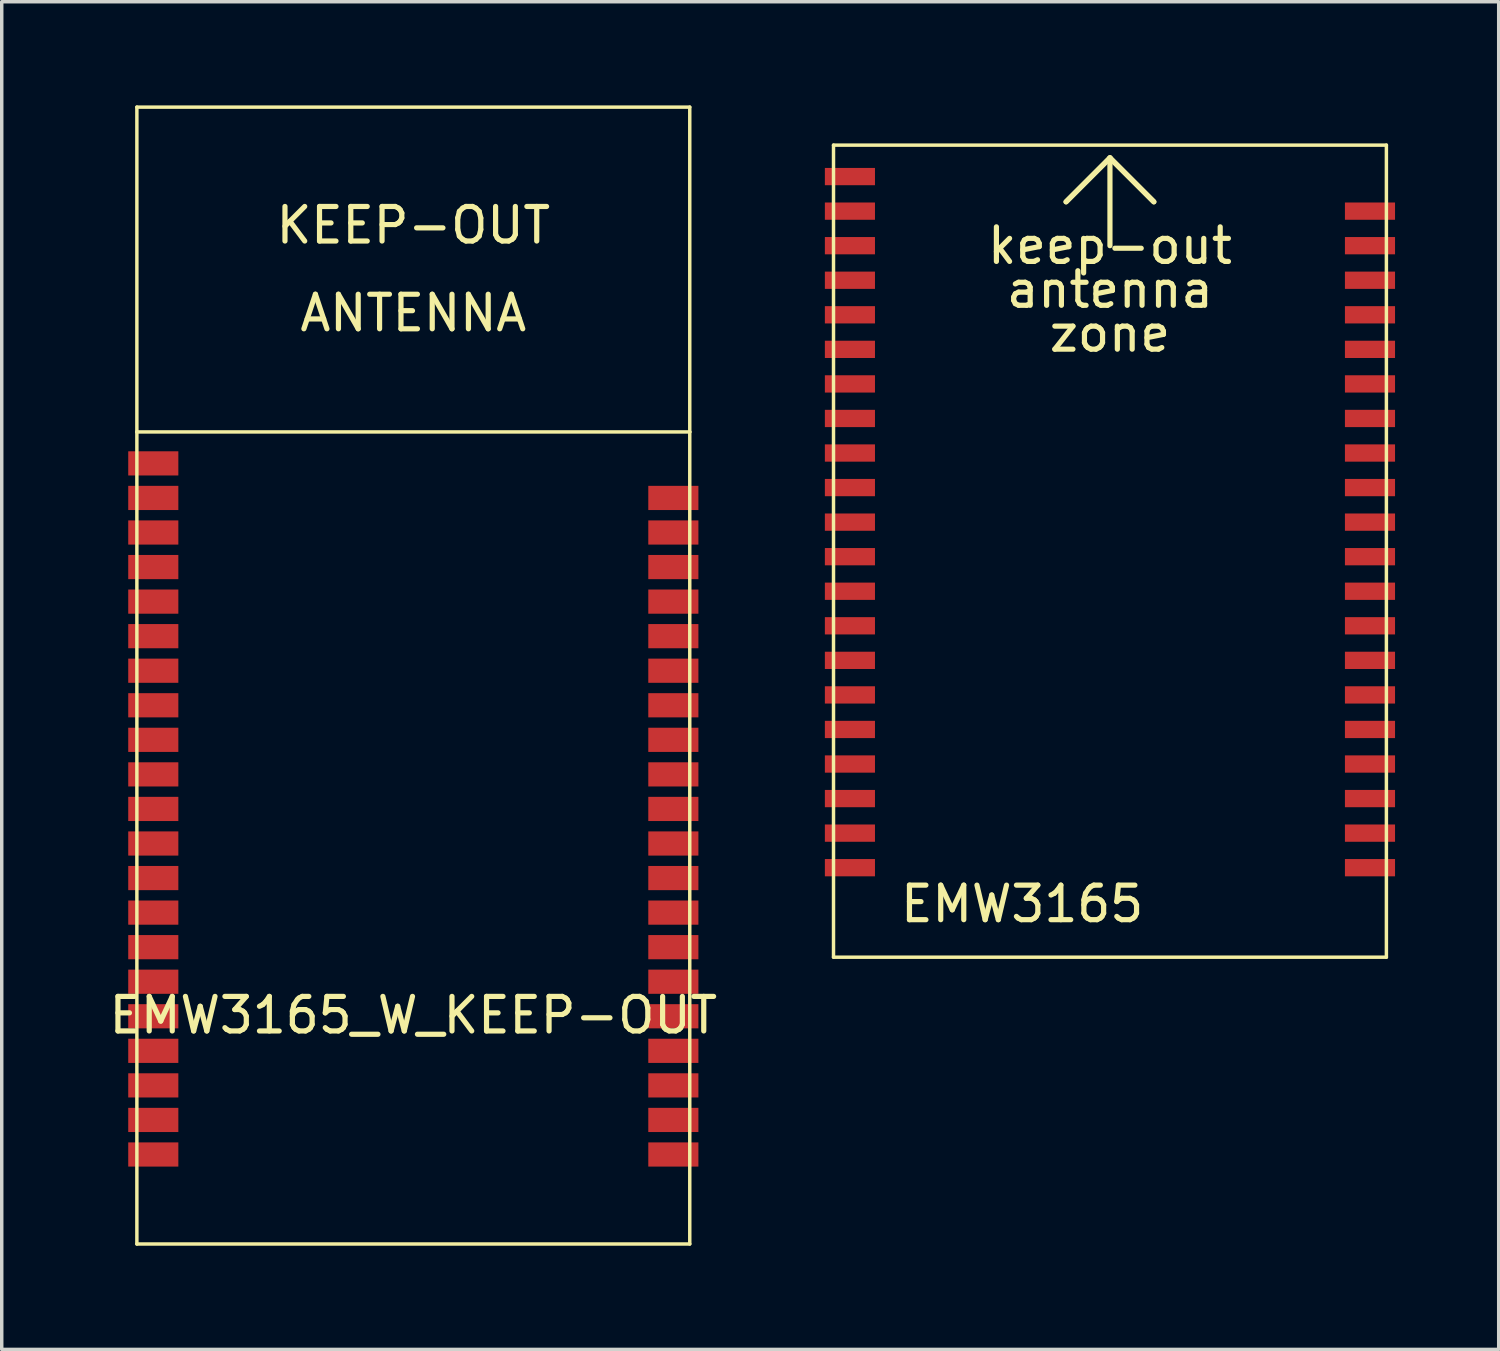
<source format=kicad_pcb>
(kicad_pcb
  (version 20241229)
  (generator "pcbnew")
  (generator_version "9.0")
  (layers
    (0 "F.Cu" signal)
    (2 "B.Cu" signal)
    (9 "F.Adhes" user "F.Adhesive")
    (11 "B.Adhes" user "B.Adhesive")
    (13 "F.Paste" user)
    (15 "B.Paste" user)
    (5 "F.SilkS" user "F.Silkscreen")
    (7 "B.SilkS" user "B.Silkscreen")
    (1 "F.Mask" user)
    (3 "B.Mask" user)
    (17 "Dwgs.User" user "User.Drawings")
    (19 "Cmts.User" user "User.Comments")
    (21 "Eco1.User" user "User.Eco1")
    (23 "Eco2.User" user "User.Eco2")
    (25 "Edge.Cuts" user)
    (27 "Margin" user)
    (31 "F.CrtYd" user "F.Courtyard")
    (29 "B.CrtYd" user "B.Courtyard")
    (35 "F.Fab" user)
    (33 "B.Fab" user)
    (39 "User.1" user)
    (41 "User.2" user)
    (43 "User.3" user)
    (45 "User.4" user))
  (footprint "EMW3165"
    (layer "F.Cu")
    (at 29.071 0.25)
    (property "Reference" "EMW3165" (at -2.54 22.86 0) (layer "F.SilkS") (effects (font (size 1 1) (thickness 0.15))))
    (attr through_hole)
    (fp_line (start -8 0.9) (end 8 0.9) (stroke (width 0.1) (type solid)) (layer "F.SilkS"))
    (fp_line (start -8 24.4) (end -8 0.9) (stroke (width 0.1) (type solid)) (layer "F.SilkS"))
    (fp_line (start -1.27 2.54) (end 0 1.27) (stroke (width 0.15) (type solid)) (layer "F.SilkS"))
    (fp_line (start 0 1.27) (end -1.27 2.54) (stroke (width 0.15) (type solid)) (layer "F.SilkS"))
    (fp_line (start 0 1.27) (end 0 3.81) (stroke (width 0.15) (type solid)) (layer "F.SilkS"))
    (fp_line (start 0 1.27) (end 1.27 2.54) (stroke (width 0.15) (type solid)) (layer "F.SilkS"))
    (fp_line (start 1.27 2.54) (end 0 1.27) (stroke (width 0.15) (type solid)) (layer "F.SilkS"))
    (fp_line (start 8 0.9) (end 8 24.4) (stroke (width 0.1) (type solid)) (layer "F.SilkS"))
    (fp_line (start 8 24.4) (end -8 24.4) (stroke (width 0.1) (type solid)) (layer "F.SilkS"))
    (fp_text user "antenna" (at 0 5.08 0) (layer "F.SilkS") (effects (font (size 1 1) (thickness 0.15))))
    (fp_text user "zone" (at 0 6.35 0) (layer "F.SilkS") (effects (font (size 1 1) (thickness 0.15))))
    (fp_text user "keep-out" (at 0 3.81 0) (layer "F.SilkS") (effects (font (size 1 1) (thickness 0.15))))
    (pad "1" smd rect (at 7.525 21.81) (size 1.45 0.5) (layers "F.Cu" "F.Mask" "F.Paste"))
    (pad "2" smd rect (at 7.525 20.81) (size 1.45 0.5) (layers "F.Cu" "F.Mask" "F.Paste"))
    (pad "3" smd rect (at 7.525 19.81) (size 1.45 0.5) (layers "F.Cu" "F.Mask" "F.Paste"))
    (pad "4" smd rect (at 7.525 18.81) (size 1.45 0.5) (layers "F.Cu" "F.Mask" "F.Paste"))
    (pad "5" smd rect (at 7.525 17.81) (size 1.45 0.5) (layers "F.Cu" "F.Mask" "F.Paste"))
    (pad "6" smd rect (at 7.525 16.81) (size 1.45 0.5) (layers "F.Cu" "F.Mask" "F.Paste"))
    (pad "7" smd rect (at 7.525 15.81) (size 1.45 0.5) (layers "F.Cu" "F.Mask" "F.Paste"))
    (pad "8" smd rect (at 7.525 14.81) (size 1.45 0.5) (layers "F.Cu" "F.Mask" "F.Paste"))
    (pad "9" smd rect (at 7.525 13.81) (size 1.45 0.5) (layers "F.Cu" "F.Mask" "F.Paste"))
    (pad "10" smd rect (at 7.525 12.81) (size 1.45 0.5) (layers "F.Cu" "F.Mask" "F.Paste"))
    (pad "11" smd rect (at 7.525 11.81) (size 1.45 0.5) (layers "F.Cu" "F.Mask" "F.Paste"))
    (pad "12" smd rect (at 7.525 10.81) (size 1.45 0.5) (layers "F.Cu" "F.Mask" "F.Paste"))
    (pad "13" smd rect (at 7.525 9.81) (size 1.45 0.5) (layers "F.Cu" "F.Mask" "F.Paste"))
    (pad "14" smd rect (at 7.525 8.81) (size 1.45 0.5) (layers "F.Cu" "F.Mask" "F.Paste"))
    (pad "15" smd rect (at 7.525 7.81) (size 1.45 0.5) (layers "F.Cu" "F.Mask" "F.Paste"))
    (pad "16" smd rect (at 7.525 6.81) (size 1.45 0.5) (layers "F.Cu" "F.Mask" "F.Paste"))
    (pad "17" smd rect (at 7.525 5.81) (size 1.45 0.5) (layers "F.Cu" "F.Mask" "F.Paste"))
    (pad "18" smd rect (at 7.525 4.81) (size 1.45 0.5) (layers "F.Cu" "F.Mask" "F.Paste"))
    (pad "19" smd rect (at 7.525 3.81) (size 1.45 0.5) (layers "F.Cu" "F.Mask" "F.Paste"))
    (pad "20" smd rect (at 7.525 2.81) (size 1.45 0.5) (layers "F.Cu" "F.Mask" "F.Paste"))
    (pad "21" smd rect (at -7.525 2.81) (size 1.45 0.5) (layers "F.Cu" "F.Mask" "F.Paste"))
    (pad "22" smd rect (at -7.525 3.81) (size 1.45 0.5) (layers "F.Cu" "F.Mask" "F.Paste"))
    (pad "23" smd rect (at -7.525 4.81) (size 1.45 0.5) (layers "F.Cu" "F.Mask" "F.Paste"))
    (pad "24" smd rect (at -7.525 5.81) (size 1.45 0.5) (layers "F.Cu" "F.Mask" "F.Paste"))
    (pad "25" smd rect (at -7.525 6.81) (size 1.45 0.5) (layers "F.Cu" "F.Mask" "F.Paste"))
    (pad "26" smd rect (at -7.525 7.81) (size 1.45 0.5) (layers "F.Cu" "F.Mask" "F.Paste"))
    (pad "27" smd rect (at -7.525 8.81) (size 1.45 0.5) (layers "F.Cu" "F.Mask" "F.Paste"))
    (pad "28" smd rect (at -7.525 9.81) (size 1.45 0.5) (layers "F.Cu" "F.Mask" "F.Paste"))
    (pad "29" smd rect (at -7.525 10.81) (size 1.45 0.5) (layers "F.Cu" "F.Mask" "F.Paste"))
    (pad "30" smd rect (at -7.525 11.81) (size 1.45 0.5) (layers "F.Cu" "F.Mask" "F.Paste"))
    (pad "31" smd rect (at -7.525 12.81) (size 1.45 0.5) (layers "F.Cu" "F.Mask" "F.Paste"))
    (pad "32" smd rect (at -7.525 13.81) (size 1.45 0.5) (layers "F.Cu" "F.Mask" "F.Paste"))
    (pad "33" smd rect (at -7.525 14.81) (size 1.45 0.5) (layers "F.Cu" "F.Mask" "F.Paste"))
    (pad "34" smd rect (at -7.525 15.81) (size 1.45 0.5) (layers "F.Cu" "F.Mask" "F.Paste"))
    (pad "35" smd rect (at -7.525 16.81) (size 1.45 0.5) (layers "F.Cu" "F.Mask" "F.Paste"))
    (pad "36" smd rect (at -7.525 17.81) (size 1.45 0.5) (layers "F.Cu" "F.Mask" "F.Paste"))
    (pad "37" smd rect (at -7.525 18.81) (size 1.45 0.5) (layers "F.Cu" "F.Mask" "F.Paste"))
    (pad "38" smd rect (at -7.525 19.81) (size 1.45 0.5) (layers "F.Cu" "F.Mask" "F.Paste"))
    (pad "39" smd rect (at -7.525 20.81) (size 1.45 0.5) (layers "F.Cu" "F.Mask" "F.Paste"))
    (pad "40" smd rect (at -7.525 21.81) (size 1.45 0.5) (layers "F.Cu" "F.Mask" "F.Paste"))
    (pad "41" smd rect (at -7.525 1.81) (size 1.45 0.5) (layers "F.Cu" "F.Mask" "F.Paste")))
  (footprint "EMW3165_W_KEEP-OUT"
    (layer "F.Cu")
    (at 8.911 8.55)
    (property "Reference" "EMW3165_W_KEEP-OUT" (at 0 17.78 0) (layer "F.SilkS") (effects (font (size 1 1) (thickness 0.15))))
    (attr through_hole)
    (fp_line (start -8 -8.5) (end -8 0.9) (stroke (width 0.1) (type solid)) (layer "F.SilkS"))
    (fp_line (start -8 0.9) (end 8 0.9) (stroke (width 0.1) (type solid)) (layer "F.SilkS"))
    (fp_line (start -8 24.4) (end -8 0.9) (stroke (width 0.1) (type solid)) (layer "F.SilkS"))
    (fp_line (start 8 -8.5) (end -8 -8.5) (stroke (width 0.1) (type solid)) (layer "F.SilkS"))
    (fp_line (start 8 0.9) (end 8 -8.5) (stroke (width 0.1) (type solid)) (layer "F.SilkS"))
    (fp_line (start 8 0.9) (end 8 24.4) (stroke (width 0.1) (type solid)) (layer "F.SilkS"))
    (fp_line (start 8 24.4) (end -8 24.4) (stroke (width 0.1) (type solid)) (layer "F.SilkS"))
    (fp_text user "ANTENNA" (at 0 -2.54 0) (layer "F.SilkS") (effects (font (size 1 1) (thickness 0.15))))
    (fp_text user "KEEP-OUT" (at 0 -5.08 0) (layer "F.SilkS") (effects (font (size 1 1) (thickness 0.15))))
    (pad "1" smd rect (at 7.525 21.81) (size 1.45 0.7) (layers "F.Cu" "F.Mask" "F.Paste"))
    (pad "2" smd rect (at 7.525 20.81) (size 1.45 0.7) (layers "F.Cu" "F.Mask" "F.Paste"))
    (pad "3" smd rect (at 7.525 19.81) (size 1.45 0.7) (layers "F.Cu" "F.Mask" "F.Paste"))
    (pad "4" smd rect (at 7.525 18.81) (size 1.45 0.7) (layers "F.Cu" "F.Mask" "F.Paste"))
    (pad "5" smd rect (at 7.525 17.81) (size 1.45 0.7) (layers "F.Cu" "F.Mask" "F.Paste"))
    (pad "6" smd rect (at 7.525 16.81) (size 1.45 0.7) (layers "F.Cu" "F.Mask" "F.Paste"))
    (pad "7" smd rect (at 7.525 15.81) (size 1.45 0.7) (layers "F.Cu" "F.Mask" "F.Paste"))
    (pad "8" smd rect (at 7.525 14.81) (size 1.45 0.7) (layers "F.Cu" "F.Mask" "F.Paste"))
    (pad "9" smd rect (at 7.525 13.81) (size 1.45 0.7) (layers "F.Cu" "F.Mask" "F.Paste"))
    (pad "10" smd rect (at 7.525 12.81) (size 1.45 0.7) (layers "F.Cu" "F.Mask" "F.Paste"))
    (pad "11" smd rect (at 7.525 11.81) (size 1.45 0.7) (layers "F.Cu" "F.Mask" "F.Paste"))
    (pad "12" smd rect (at 7.525 10.81) (size 1.45 0.7) (layers "F.Cu" "F.Mask" "F.Paste"))
    (pad "13" smd rect (at 7.525 9.81) (size 1.45 0.7) (layers "F.Cu" "F.Mask" "F.Paste"))
    (pad "14" smd rect (at 7.525 8.81) (size 1.45 0.7) (layers "F.Cu" "F.Mask" "F.Paste"))
    (pad "15" smd rect (at 7.525 7.81) (size 1.45 0.7) (layers "F.Cu" "F.Mask" "F.Paste"))
    (pad "16" smd rect (at 7.525 6.81) (size 1.45 0.7) (layers "F.Cu" "F.Mask" "F.Paste"))
    (pad "17" smd rect (at 7.525 5.81) (size 1.45 0.7) (layers "F.Cu" "F.Mask" "F.Paste"))
    (pad "18" smd rect (at 7.525 4.81) (size 1.45 0.7) (layers "F.Cu" "F.Mask" "F.Paste"))
    (pad "19" smd rect (at 7.525 3.81) (size 1.45 0.7) (layers "F.Cu" "F.Mask" "F.Paste"))
    (pad "20" smd rect (at 7.525 2.81) (size 1.45 0.7) (layers "F.Cu" "F.Mask" "F.Paste"))
    (pad "21" smd rect (at -7.525 2.81) (size 1.45 0.7) (layers "F.Cu" "F.Mask" "F.Paste"))
    (pad "22" smd rect (at -7.525 3.81) (size 1.45 0.7) (layers "F.Cu" "F.Mask" "F.Paste"))
    (pad "23" smd rect (at -7.525 4.81) (size 1.45 0.7) (layers "F.Cu" "F.Mask" "F.Paste"))
    (pad "24" smd rect (at -7.525 5.81) (size 1.45 0.7) (layers "F.Cu" "F.Mask" "F.Paste"))
    (pad "25" smd rect (at -7.525 6.81) (size 1.45 0.7) (layers "F.Cu" "F.Mask" "F.Paste"))
    (pad "26" smd rect (at -7.525 7.81) (size 1.45 0.7) (layers "F.Cu" "F.Mask" "F.Paste"))
    (pad "27" smd rect (at -7.525 8.81) (size 1.45 0.7) (layers "F.Cu" "F.Mask" "F.Paste"))
    (pad "28" smd rect (at -7.525 9.81) (size 1.45 0.7) (layers "F.Cu" "F.Mask" "F.Paste"))
    (pad "29" smd rect (at -7.525 10.81) (size 1.45 0.7) (layers "F.Cu" "F.Mask" "F.Paste"))
    (pad "30" smd rect (at -7.525 11.81) (size 1.45 0.7) (layers "F.Cu" "F.Mask" "F.Paste"))
    (pad "31" smd rect (at -7.525 12.81) (size 1.45 0.7) (layers "F.Cu" "F.Mask" "F.Paste"))
    (pad "32" smd rect (at -7.525 13.81) (size 1.45 0.7) (layers "F.Cu" "F.Mask" "F.Paste"))
    (pad "33" smd rect (at -7.525 14.81) (size 1.45 0.7) (layers "F.Cu" "F.Mask" "F.Paste"))
    (pad "34" smd rect (at -7.525 15.81) (size 1.45 0.7) (layers "F.Cu" "F.Mask" "F.Paste"))
    (pad "35" smd rect (at -7.525 16.81) (size 1.45 0.7) (layers "F.Cu" "F.Mask" "F.Paste"))
    (pad "36" smd rect (at -7.525 17.81) (size 1.45 0.7) (layers "F.Cu" "F.Mask" "F.Paste"))
    (pad "37" smd rect (at -7.525 18.81) (size 1.45 0.7) (layers "F.Cu" "F.Mask" "F.Paste"))
    (pad "38" smd rect (at -7.525 19.81) (size 1.45 0.7) (layers "F.Cu" "F.Mask" "F.Paste"))
    (pad "39" smd rect (at -7.525 20.81) (size 1.45 0.7) (layers "F.Cu" "F.Mask" "F.Paste"))
    (pad "40" smd rect (at -7.525 21.81) (size 1.45 0.7) (layers "F.Cu" "F.Mask" "F.Paste"))
    (pad "41" smd rect (at -7.525 1.81) (size 1.45 0.7) (layers "F.Cu" "F.Mask" "F.Paste")))
  (gr_rect
    (start -3 -3)
    (end 40.321 36)
    (stroke (width 0.1) (type default))
    (fill no)
    (layer "Edge.Cuts")))
</source>
